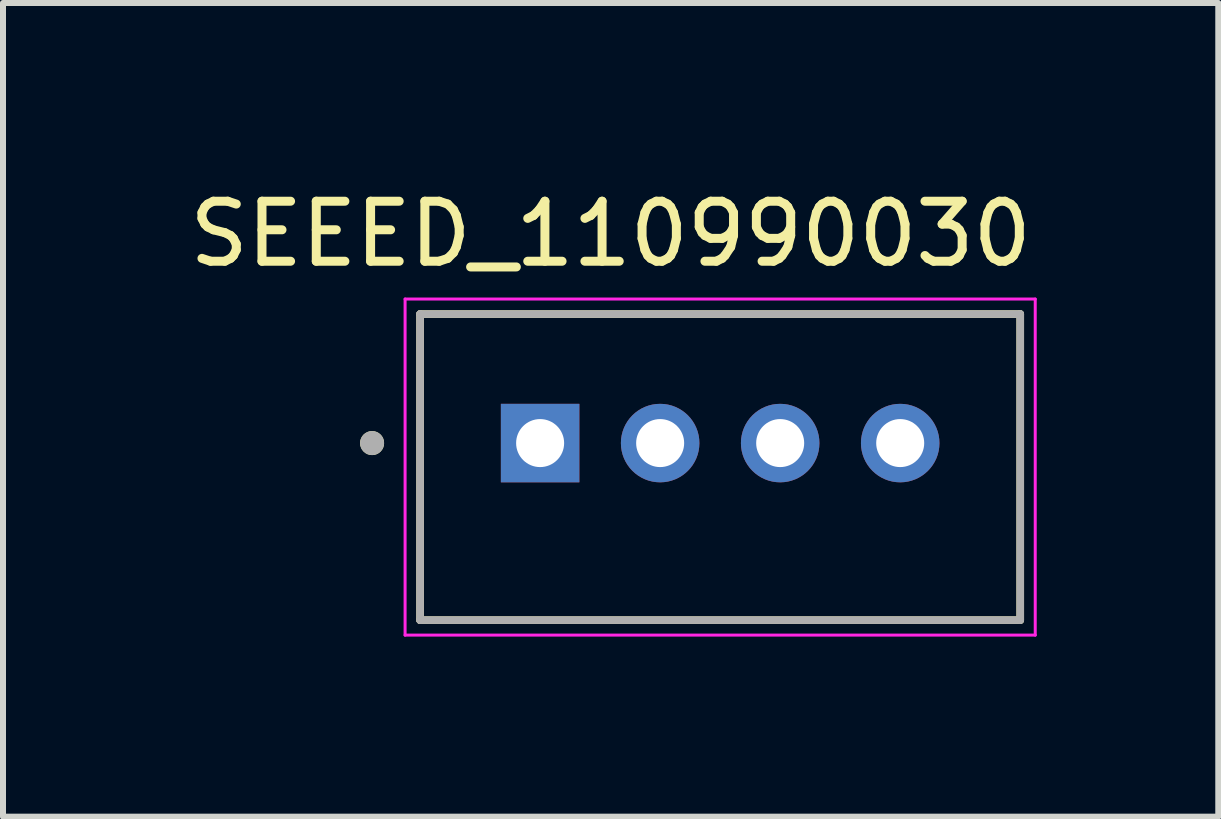
<source format=kicad_pcb>
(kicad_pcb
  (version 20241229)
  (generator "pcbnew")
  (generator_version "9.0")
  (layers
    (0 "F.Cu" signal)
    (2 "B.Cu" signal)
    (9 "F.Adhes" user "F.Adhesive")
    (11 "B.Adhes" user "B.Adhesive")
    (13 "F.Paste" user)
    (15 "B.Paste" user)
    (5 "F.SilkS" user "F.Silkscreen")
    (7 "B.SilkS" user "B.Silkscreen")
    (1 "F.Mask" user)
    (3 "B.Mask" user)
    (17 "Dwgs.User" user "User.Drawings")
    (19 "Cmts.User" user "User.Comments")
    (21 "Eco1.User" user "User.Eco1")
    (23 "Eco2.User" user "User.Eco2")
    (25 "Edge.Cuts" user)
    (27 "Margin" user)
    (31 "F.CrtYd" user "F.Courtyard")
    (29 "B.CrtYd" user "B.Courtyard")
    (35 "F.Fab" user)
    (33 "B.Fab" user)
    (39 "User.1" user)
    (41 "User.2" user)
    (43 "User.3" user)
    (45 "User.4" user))
  (footprint "SEEED_110990030"
    (layer "F.Cu")
    (at 8.95 4.333)
    (property "Reference" "SEEED_110990030" (at -1.825 -3.485 0) (layer "F.SilkS") (effects (font (size 1 1) (thickness 0.15))))
    (attr through_hole)
    (fp_line (start -5 -2.15) (end 5 -2.15) (stroke (width 0.127) (type solid)) (layer "F.SilkS"))
    (fp_line (start -5 2.95) (end -5 -2.15) (stroke (width 0.127) (type solid)) (layer "F.SilkS"))
    (fp_line (start 5 -2.15) (end 5 2.95) (stroke (width 0.127) (type solid)) (layer "F.SilkS"))
    (fp_line (start 5 2.95) (end -5 2.95) (stroke (width 0.127) (type solid)) (layer "F.SilkS"))
    (fp_circle (center -5.8 0) (end -5.7 0) (stroke (width 0.2) (type solid)) (fill no) (layer "F.SilkS"))
    (fp_line (start -5.25 -2.4) (end 5.25 -2.4) (stroke (width 0.05) (type solid)) (layer "F.CrtYd"))
    (fp_line (start -5.25 3.2) (end -5.25 -2.4) (stroke (width 0.05) (type solid)) (layer "F.CrtYd"))
    (fp_line (start 5.25 -2.4) (end 5.25 3.2) (stroke (width 0.05) (type solid)) (layer "F.CrtYd"))
    (fp_line (start 5.25 3.2) (end -5.25 3.2) (stroke (width 0.05) (type solid)) (layer "F.CrtYd"))
    (fp_line (start -5 -2.15) (end 5 -2.15) (stroke (width 0.127) (type solid)) (layer "F.Fab"))
    (fp_line (start -5 2.95) (end -5 -2.15) (stroke (width 0.127) (type solid)) (layer "F.Fab"))
    (fp_line (start 5 -2.15) (end 5 2.95) (stroke (width 0.127) (type solid)) (layer "F.Fab"))
    (fp_line (start 5 2.95) (end -5 2.95) (stroke (width 0.127) (type solid)) (layer "F.Fab"))
    (fp_circle (center -5.8 0) (end -5.7 0) (stroke (width 0.2) (type solid)) (fill no) (layer "F.Fab"))
    (pad "1" thru_hole rect (at -3 0) (size 1.308 1.308) (drill 0.8) (layers "*.Cu" "*.Mask"))
    (pad "2" thru_hole circle (at -1 0) (size 1.308 1.308) (drill 0.8) (layers "*.Cu" "*.Mask"))
    (pad "3" thru_hole circle (at 1 0) (size 1.308 1.308) (drill 0.8) (layers "*.Cu" "*.Mask"))
    (pad "4" thru_hole circle (at 3 0) (size 1.308 1.308) (drill 0.8) (layers "*.Cu" "*.Mask")))
  (gr_rect
    (start -3 -3)
    (end 17.25 10.558)
    (stroke (width 0.1) (type default))
    (fill no)
    (layer "Edge.Cuts")))
</source>
